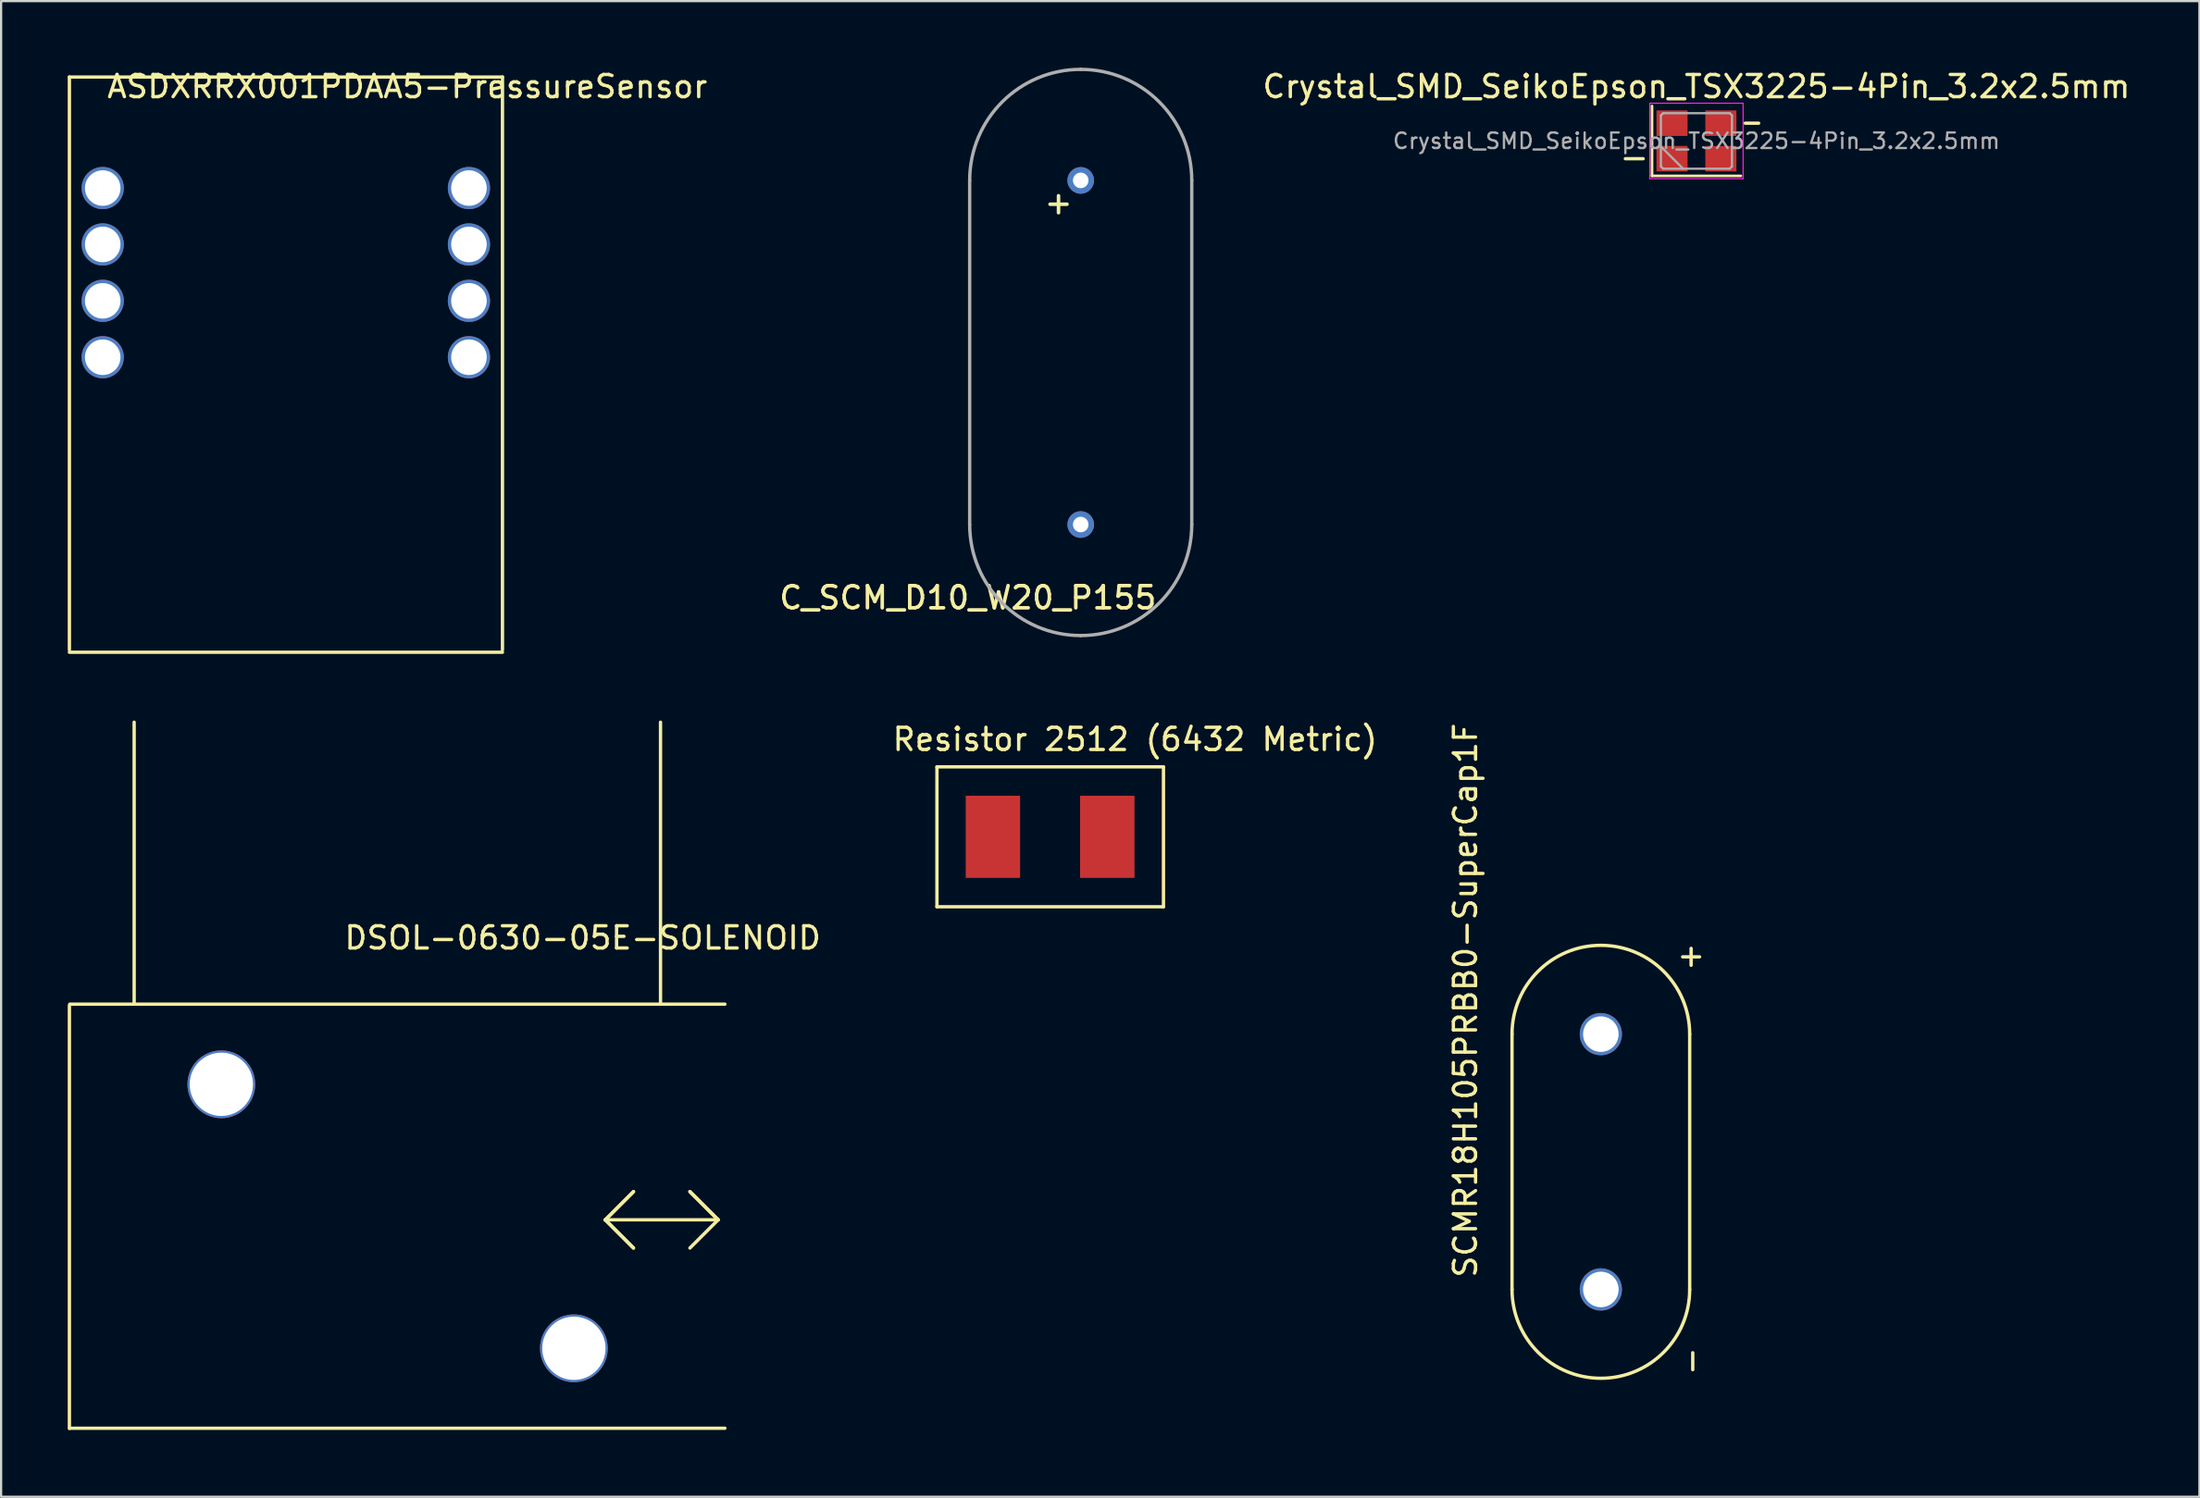
<source format=kicad_pcb>
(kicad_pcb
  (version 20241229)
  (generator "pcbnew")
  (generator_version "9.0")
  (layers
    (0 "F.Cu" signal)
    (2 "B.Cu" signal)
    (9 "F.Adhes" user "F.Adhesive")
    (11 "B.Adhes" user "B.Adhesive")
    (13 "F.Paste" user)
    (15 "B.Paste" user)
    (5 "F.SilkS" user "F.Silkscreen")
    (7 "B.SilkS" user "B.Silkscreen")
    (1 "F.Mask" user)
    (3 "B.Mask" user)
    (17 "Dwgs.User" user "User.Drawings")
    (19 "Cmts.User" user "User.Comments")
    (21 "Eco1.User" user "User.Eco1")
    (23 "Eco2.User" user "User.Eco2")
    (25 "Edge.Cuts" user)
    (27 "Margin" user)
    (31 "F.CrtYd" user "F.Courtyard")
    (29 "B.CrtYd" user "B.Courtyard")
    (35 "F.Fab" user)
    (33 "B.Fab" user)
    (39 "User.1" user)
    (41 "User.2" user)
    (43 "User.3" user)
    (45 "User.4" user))
  (footprint "Resistor 2512 (6432 Metric)"
    (layer "F.Cu")
    (at 40.438 32.791)
    (property "Reference" "Resistor 2512 (6432 Metric)" (at 7.62 -2.54 0) (layer "F.SilkS") (effects (font (size 1 1) (thickness 0.15))))
    (attr through_hole)
    (fp_line (start -1.3 -1.3) (end -1.3 5) (stroke (width 0.15) (type solid)) (layer "F.SilkS"))
    (fp_line (start -1.3 -1.3) (end 8.9 -1.3) (stroke (width 0.15) (type solid)) (layer "F.SilkS"))
    (fp_line (start -1.3 5) (end 8.9 5) (stroke (width 0.15) (type solid)) (layer "F.SilkS"))
    (fp_line (start 8.9 -1.3) (end 8.9 5) (stroke (width 0.15) (type solid)) (layer "F.SilkS"))
    (pad "1" smd rect (at 1.22 1.85) (size 2.45 3.7) (layers "F.Cu" "F.Mask" "F.Paste"))
    (pad "2" smd rect (at 6.37 1.85) (size 2.45 3.7) (layers "F.Cu" "F.Mask" "F.Paste")))
  (footprint "SCMR18H105PRBB0-SuperCap1F"
    (layer "F.Cu")
    (at 69.032 43.528)
    (property "Reference" "SCMR18H105PRBB0-SuperCap1F" (at -6.096 -1.524 90) (layer "F.SilkS") (effects (font (size 1 1) (thickness 0.15))))
    (attr through_hole)
    (fp_line (start -4 0) (end -4 11.5) (stroke (width 0.15) (type solid)) (layer "F.SilkS"))
    (fp_line (start 4 0) (end 4 11.5) (stroke (width 0.15) (type solid)) (layer "F.SilkS"))
    (fp_arc (start -4 0) (mid 0 -4) (end 4 0) (stroke (width 0.15) (type solid)) (layer "F.SilkS"))
    (fp_arc (start 4 11.5) (mid 0 15.5) (end -4 11.5) (stroke (width 0.15) (type solid)) (layer "F.SilkS"))
    (fp_text user "-" (at 4.064 14.732 90) (layer "F.SilkS") (effects (font (size 1 1) (thickness 0.15))))
    (fp_text user "+" (at 4.064 -3.556 0) (layer "F.SilkS") (effects (font (size 1 1) (thickness 0.15))))
    (pad "1" thru_hole circle (at 0 0) (size 1.9 1.9) (drill 1.6) (layers "*.Cu" "*.Mask"))
    (pad "2" thru_hole circle (at 0 11.5) (size 1.9 1.9) (drill 1.6) (layers "*.Cu" "*.Mask")))
  (footprint "C_SCM_D10_W20_P155"
    (layer "F.Cu")
    (at 45.612 5.075)
    (property "Reference" "C_SCM_D10_W20_P155" (at -5.08 18.796 180) (layer "F.SilkS") (effects (font (size 1 1) (thickness 0.16))))
    (attr through_hole)
    (fp_line (start -5 0) (end -5 15.5) (stroke (width 0.15) (type solid)) (layer "F.Fab"))
    (fp_line (start 5 0) (end 5 15.5) (stroke (width 0.15) (type solid)) (layer "F.Fab"))
    (fp_arc (start -5 0) (mid -3.535534 -3.535534) (end 0 -5) (stroke (width 0.15) (type solid)) (layer "F.Fab"))
    (fp_arc (start 0 -5) (mid 3.535534 -3.535534) (end 5 0) (stroke (width 0.15) (type solid)) (layer "F.Fab"))
    (fp_arc (start 0 20.5) (mid -3.535534 19.035534) (end -5 15.5) (stroke (width 0.15) (type solid)) (layer "F.Fab"))
    (fp_arc (start 5 15.5) (mid 3.535534 19.035534) (end 0 20.5) (stroke (width 0.15) (type solid)) (layer "F.Fab"))
    (fp_text user "+" (at -1 1 0) (layer "F.SilkS") (effects (font (size 1 1) (thickness 0.16))))
    (pad "1" thru_hole circle (at 0 0) (size 1.2 1.2) (drill 0.7) (layers "*.Cu" "*.Mask"))
    (pad "2" thru_hole circle (at 0 15.5) (size 1.2 1.2) (drill 0.7) (layers "*.Cu" "*.Mask")))
  (footprint "DSOL-0630-05E-SOLENOID"
    (layer "F.Cu")
    (at 10.489 43.002)
    (property "Reference" "DSOL-0630-05E-SOLENOID" (at 12.7 -3.81 0) (layer "F.SilkS") (effects (font (size 1 1) (thickness 0.15))))
    (attr through_hole)
    (fp_line (start -10.414 18.288) (end -10.414 -0.762) (stroke (width 0.15) (type solid)) (layer "F.SilkS"))
    (fp_line (start -7.498 -0.824) (end -7.498 -13.524) (stroke (width 0.15) (type solid)) (layer "F.SilkS"))
    (fp_line (start 13.716 8.89) (end 14.986 7.62) (stroke (width 0.15) (type solid)) (layer "F.SilkS"))
    (fp_line (start 13.716 8.89) (end 14.986 10.16) (stroke (width 0.15) (type solid)) (layer "F.SilkS"))
    (fp_line (start 13.716 8.89) (end 18.796 8.89) (stroke (width 0.15) (type solid)) (layer "F.SilkS"))
    (fp_line (start 14.986 7.62) (end 13.716 8.89) (stroke (width 0.15) (type solid)) (layer "F.SilkS"))
    (fp_line (start 14.986 10.16) (end 13.716 8.89) (stroke (width 0.15) (type solid)) (layer "F.SilkS"))
    (fp_line (start 16.202 -0.824) (end 16.202 -13.524) (stroke (width 0.15) (type solid)) (layer "F.SilkS"))
    (fp_line (start 17.526 7.62) (end 18.796 8.89) (stroke (width 0.15) (type solid)) (layer "F.SilkS"))
    (fp_line (start 18.796 8.89) (end 17.526 7.62) (stroke (width 0.15) (type solid)) (layer "F.SilkS"))
    (fp_line (start 18.796 8.89) (end 17.526 10.16) (stroke (width 0.15) (type solid)) (layer "F.SilkS"))
    (fp_line (start 19.102 -0.824) (end -10.398 -0.824) (stroke (width 0.15) (type solid)) (layer "F.SilkS"))
    (fp_line (start 19.102 18.276) (end -10.398 18.276) (stroke (width 0.15) (type solid)) (layer "F.SilkS"))
    (pad "~" thru_hole circle (at -3.573 2.786 180) (size 3.05 3.05) (drill 2.85) (layers "*.Cu" "*.Mask"))
    (pad "~" thru_hole circle (at 12.302 14.676 180) (size 3.05 3.05) (drill 2.85) (layers "*.Cu" "*.Mask")))
  (footprint "Crystal_SMD_SeikoEpson_TSX3225-4Pin_3.2x2.5mm"
    (layer "F.Cu")
    (at 73.336 3.298)
    (property "Reference" "Crystal_SMD_SeikoEpson_TSX3225-4Pin_3.2x2.5mm" (at 0 -2.45 0) (layer "F.SilkS") (effects (font (size 1 1) (thickness 0.15))))
    (attr smd)
    (fp_line (start -2.4 0.8) (end -3.2 0.8) (stroke (width 0.15) (type solid)) (layer "F.SilkS"))
    (fp_line (start -2 -1.575) (end -2 1.575) (stroke (width 0.12) (type solid)) (layer "F.SilkS"))
    (fp_line (start -2 1.575) (end 2 1.575) (stroke (width 0.12) (type solid)) (layer "F.SilkS"))
    (fp_line (start 2.2 -0.8) (end 2.8 -0.8) (stroke (width 0.15) (type solid)) (layer "F.SilkS"))
    (fp_line (start -2.1 -1.7) (end -2.1 1.7) (stroke (width 0.05) (type solid)) (layer "F.CrtYd"))
    (fp_line (start -2.1 1.7) (end 2.1 1.7) (stroke (width 0.05) (type solid)) (layer "F.CrtYd"))
    (fp_line (start 2.1 -1.7) (end -2.1 -1.7) (stroke (width 0.05) (type solid)) (layer "F.CrtYd"))
    (fp_line (start 2.1 1.7) (end 2.1 -1.7) (stroke (width 0.05) (type solid)) (layer "F.CrtYd"))
    (fp_line (start -1.6 -1.15) (end -1.5 -1.25) (stroke (width 0.1) (type solid)) (layer "F.Fab"))
    (fp_line (start -1.6 0.25) (end -0.6 1.25) (stroke (width 0.1) (type solid)) (layer "F.Fab"))
    (fp_line (start -1.6 1.15) (end -1.6 -1.15) (stroke (width 0.1) (type solid)) (layer "F.Fab"))
    (fp_line (start -1.5 -1.25) (end 1.5 -1.25) (stroke (width 0.1) (type solid)) (layer "F.Fab"))
    (fp_line (start -1.5 1.25) (end -1.6 1.15) (stroke (width 0.1) (type solid)) (layer "F.Fab"))
    (fp_line (start 1.5 -1.25) (end 1.6 -1.15) (stroke (width 0.1) (type solid)) (layer "F.Fab"))
    (fp_line (start 1.5 1.25) (end -1.5 1.25) (stroke (width 0.1) (type solid)) (layer "F.Fab"))
    (fp_line (start 1.6 -1.15) (end 1.6 1.15) (stroke (width 0.1) (type solid)) (layer "F.Fab"))
    (fp_line (start 1.6 1.15) (end 1.5 1.25) (stroke (width 0.1) (type solid)) (layer "F.Fab"))
    (fp_text user "${REFERENCE}" (at 0 0 0) (layer "F.Fab") (effects (font (size 0.7 0.7) (thickness 0.105))))
    (pad "1" smd rect (at -1.1 0.8) (size 1.4 1.15) (layers "F.Cu" "F.Mask" "F.Paste"))
    (pad "2" smd rect (at 1.1 -0.8) (size 1.4 1.15) (layers "F.Cu" "F.Mask" "F.Paste"))
    (pad "3" smd rect (at 1.1 0.8) (size 1.4 1.15) (layers "F.Cu" "F.Mask" "F.Paste"))
    (pad "4" smd rect (at -1.1 -0.8) (size 1.4 1.15) (layers "F.Cu" "F.Mask" "F.Paste")))
  (footprint "ASDXRRX001PDAA5-PressureSensor"
    (layer "F.Cu")
    (at 1.575 5.42)
    (property "Reference" "ASDXRRX001PDAA5-PressureSensor" (at 13.716 -4.572 0) (layer "F.SilkS") (effects (font (size 1 1) (thickness 0.15))))
    (attr through_hole)
    (fp_line (start -1.5 -5) (end -1.5 20.8) (stroke (width 0.15) (type solid)) (layer "F.SilkS"))
    (fp_line (start -1.5 -5) (end 18 -5) (stroke (width 0.15) (type solid)) (layer "F.SilkS"))
    (fp_line (start -1.5 20.908) (end 18 20.908) (stroke (width 0.15) (type solid)) (layer "F.SilkS"))
    (fp_line (start 18 -5) (end 18 20.8) (stroke (width 0.15) (type solid)) (layer "F.SilkS"))
    (pad "1" thru_hole circle (at 16.49 0) (size 1.9 1.9) (drill 1.6) (layers "*.Cu" "*.Mask"))
    (pad "2" thru_hole circle (at 16.49 2.54) (size 1.9 1.9) (drill 1.6) (layers "*.Cu" "*.Mask"))
    (pad "3" thru_hole circle (at 16.49 5.08) (size 1.9 1.9) (drill 1.6) (layers "*.Cu" "*.Mask"))
    (pad "4" thru_hole circle (at 16.49 7.62) (size 1.9 1.9) (drill 1.6) (layers "*.Cu" "*.Mask"))
    (pad "5" thru_hole circle (at 0 0) (size 1.9 1.9) (drill 1.6) (layers "*.Cu" "*.Mask"))
    (pad "6" thru_hole circle (at 0 2.54) (size 1.9 1.9) (drill 1.6) (layers "*.Cu" "*.Mask"))
    (pad "7" thru_hole circle (at 0 5.08) (size 1.9 1.9) (drill 1.6) (layers "*.Cu" "*.Mask"))
    (pad "8" thru_hole circle (at 0 7.62) (size 1.9 1.9) (drill 1.6) (layers "*.Cu" "*.Mask")))
  (gr_rect
    (start -3 -3)
    (end 95.985 64.365)
    (stroke (width 0.1) (type default))
    (fill no)
    (layer "Edge.Cuts")))
</source>
